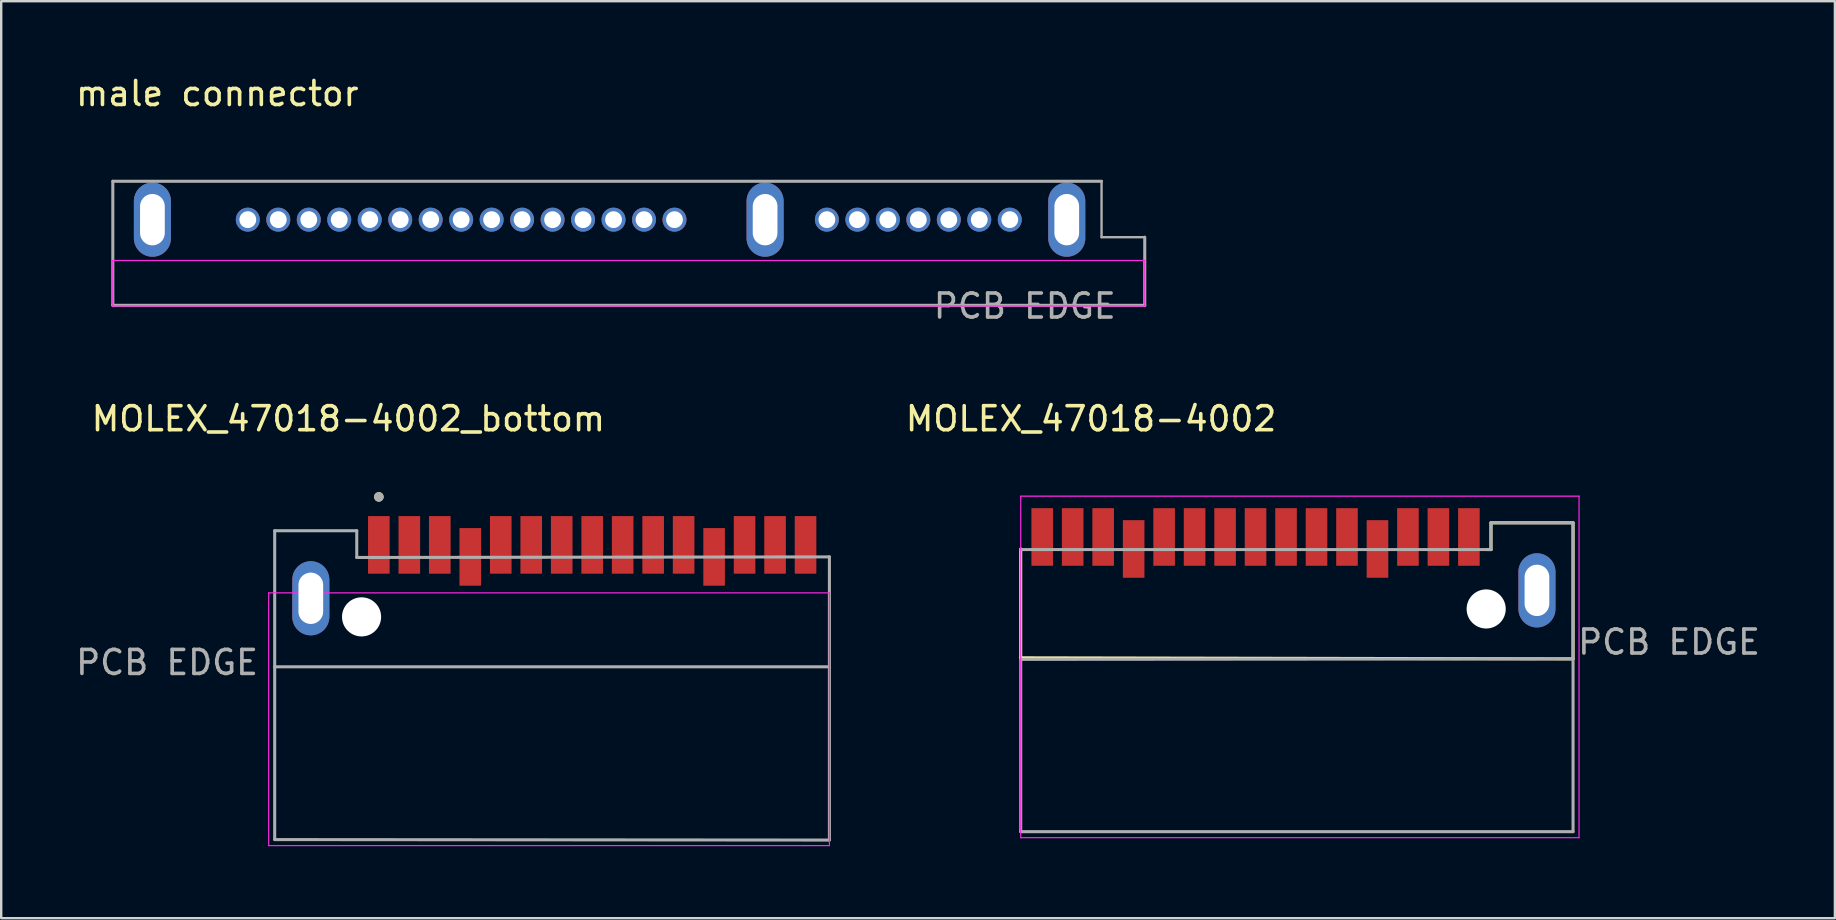
<source format=kicad_pcb>
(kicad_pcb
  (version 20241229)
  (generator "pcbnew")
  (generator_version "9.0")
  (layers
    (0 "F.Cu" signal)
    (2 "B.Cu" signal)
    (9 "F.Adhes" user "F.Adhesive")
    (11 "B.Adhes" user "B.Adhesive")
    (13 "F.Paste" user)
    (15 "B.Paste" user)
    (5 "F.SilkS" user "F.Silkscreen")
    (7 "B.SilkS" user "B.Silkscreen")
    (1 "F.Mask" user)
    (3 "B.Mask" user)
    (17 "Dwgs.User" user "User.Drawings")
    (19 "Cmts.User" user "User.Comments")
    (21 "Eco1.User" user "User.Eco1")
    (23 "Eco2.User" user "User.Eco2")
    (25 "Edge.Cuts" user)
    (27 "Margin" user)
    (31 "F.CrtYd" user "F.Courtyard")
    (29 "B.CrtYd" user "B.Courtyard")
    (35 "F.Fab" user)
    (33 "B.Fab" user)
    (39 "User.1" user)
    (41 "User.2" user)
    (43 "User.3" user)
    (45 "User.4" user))
  (footprint "MOLEX_47018-4002_bottom"
    (layer "F.Cu")
    (at 20.111 23.055)
    (property "Reference" "MOLEX_47018-4002_bottom" (at -8.645 -8.655 0) (layer "F.SilkS") (effects (font (size 1 1) (thickness 0.15))))
    (attr smd)
    (fp_circle (center -7.375 -5.4) (end -7.275 -5.4) (stroke (width 0.2) (type solid)) (fill no) (layer "F.SilkS"))
    (fp_line (start -11.965 -1.4) (end 11.4 -1.4) (stroke (width 0.05) (type solid)) (layer "F.CrtYd"))
    (fp_line (start -11.965 9.13) (end -11.965 -1.4) (stroke (width 0.05) (type solid)) (layer "F.CrtYd"))
    (fp_line (start 11.4 -1.4) (end 11.4 9.13) (stroke (width 0.05) (type solid)) (layer "F.CrtYd"))
    (fp_line (start 11.4 9.13) (end -11.965 9.13) (stroke (width 0.05) (type solid)) (layer "F.CrtYd"))
    (fp_line (start -11.715 -3.99) (end -8.295 -3.99) (stroke (width 0.127) (type solid)) (layer "F.Fab"))
    (fp_line (start -11.715 1.68) (end -11.715 -3.99) (stroke (width 0.127) (type solid)) (layer "F.Fab"))
    (fp_line (start -11.715 1.68) (end 11.4 1.68) (stroke (width 0.127) (type solid)) (layer "F.Fab"))
    (fp_line (start -11.715 8.88) (end -11.715 1.68) (stroke (width 0.127) (type solid)) (layer "F.Fab"))
    (fp_line (start -8.295 -3.99) (end -8.295 -2.875) (stroke (width 0.127) (type solid)) (layer "F.Fab"))
    (fp_line (start -8.295 -2.875) (end 11.4 -2.9) (stroke (width 0.127) (type solid)) (layer "F.Fab"))
    (fp_line (start 11.4 -2.9) (end 11.4 8.9) (stroke (width 0.127) (type solid)) (layer "F.Fab"))
    (fp_line (start 11.4 8.9) (end -11.715 8.88) (stroke (width 0.127) (type solid)) (layer "F.Fab"))
    (fp_circle (center -7.375 -5.4) (end -7.275 -5.4) (stroke (width 0.2) (type solid)) (fill no) (layer "F.Fab"))
    (fp_text user "PCB EDGE" (at -16.2 1.5 0) (layer "F.Fab") (effects (font (size 1 1) (thickness 0.15))))
    (pad "" np_thru_hole circle (at -8.095 -0.4) (size 1.63 1.63) (drill 1.63) (layers "*.Cu" "*.Mask"))
    (pad "P1" smd rect (at 10.405 -3.4) (size 0.9 2.4) (layers "F.Cu" "F.Mask" "F.Paste"))
    (pad "P2" smd rect (at 9.135 -3.4) (size 0.9 2.4) (layers "F.Cu" "F.Mask" "F.Paste"))
    (pad "P3" smd rect (at 7.865 -3.4) (size 0.9 2.4) (layers "F.Cu" "F.Mask" "F.Paste"))
    (pad "P4" smd rect (at 6.595 -2.9) (size 0.9 2.4) (layers "F.Cu" "F.Mask" "F.Paste"))
    (pad "P5" smd rect (at 5.325 -3.4) (size 0.9 2.4) (layers "F.Cu" "F.Mask" "F.Paste"))
    (pad "P6" smd rect (at 4.055 -3.4) (size 0.9 2.4) (layers "F.Cu" "F.Mask" "F.Paste"))
    (pad "P7" smd rect (at 2.785 -3.4) (size 0.9 2.4) (layers "F.Cu" "F.Mask" "F.Paste"))
    (pad "P8" smd rect (at 1.515 -3.4) (size 0.9 2.4) (layers "F.Cu" "F.Mask" "F.Paste"))
    (pad "P9" smd rect (at 0.245 -3.4) (size 0.9 2.4) (layers "F.Cu" "F.Mask" "F.Paste"))
    (pad "P10" smd rect (at -1.025 -3.4) (size 0.9 2.4) (layers "F.Cu" "F.Mask" "F.Paste"))
    (pad "P11" smd rect (at -2.295 -3.4) (size 0.9 2.4) (layers "F.Cu" "F.Mask" "F.Paste"))
    (pad "P12" smd rect (at -3.565 -2.9) (size 0.9 2.4) (layers "F.Cu" "F.Mask" "F.Paste"))
    (pad "P13" smd rect (at -4.835 -3.4) (size 0.9 2.4) (layers "F.Cu" "F.Mask" "F.Paste"))
    (pad "P14" smd rect (at -6.105 -3.4) (size 0.9 2.4) (layers "F.Cu" "F.Mask" "F.Paste"))
    (pad "P15" smd rect (at -7.375 -3.4) (size 0.9 2.4) (layers "F.Cu" "F.Mask" "F.Paste"))
    (pad "SH" thru_hole oval (at -10.21 -1.175) (size 1.545 3.09) (drill oval 1.03 2.14) (layers "*.Cu" "*.Mask")))
  (footprint "male connector"
    (layer "F.Cu")
    (at 23.151 6.103)
    (property "Reference" "male connector" (at -17.145 -5.255 0) (layer "F.SilkS") (effects (font (size 1 1) (thickness 0.15))))
    (attr through_hole)
    (fp_line (start -21.5 1.7) (end 21.5 1.7) (stroke (width 0.05) (type solid)) (layer "F.CrtYd"))
    (fp_line (start -21.5 3.6) (end -21.5 1.7) (stroke (width 0.05) (type solid)) (layer "F.CrtYd"))
    (fp_line (start 21.5 1.7) (end 21.5 3.6) (stroke (width 0.05) (type solid)) (layer "F.CrtYd"))
    (fp_line (start 21.5 3.6) (end -21.5 3.6) (stroke (width 0.05) (type solid)) (layer "F.CrtYd"))
    (fp_line (start -21.5 3.57) (end -21.5 -1.6) (stroke (width 0.127) (type solid)) (layer "F.Fab"))
    (fp_line (start 19.7 -1.6) (end -21.5 -1.6) (stroke (width 0.127) (type solid)) (layer "F.Fab"))
    (fp_line (start 19.7 0.73) (end 19.7 -1.6) (stroke (width 0.1) (type default)) (layer "F.Fab"))
    (fp_line (start 21.5 0.73) (end 19.7 0.73) (stroke (width 0.1) (type default)) (layer "F.Fab"))
    (fp_line (start 21.5 3.57) (end -21.5 3.57) (stroke (width 0.127) (type solid)) (layer "F.Fab"))
    (fp_line (start 21.5 3.57) (end 21.5 0.73) (stroke (width 0.127) (type solid)) (layer "F.Fab"))
    (fp_text user "PCB EDGE" (at 16.5 3.6 0) (layer "F.Fab") (effects (font (size 1 1) (thickness 0.15))))
    (pad "P1" thru_hole circle (at 1.905 0) (size 1 1) (drill 0.7) (layers "*.Cu" "*.Mask"))
    (pad "P2" thru_hole circle (at 0.635 0) (size 1 1) (drill 0.7) (layers "*.Cu" "*.Mask"))
    (pad "P3" thru_hole circle (at -0.635 0) (size 1 1) (drill 0.7) (layers "*.Cu" "*.Mask"))
    (pad "P4" thru_hole circle (at -1.905 0) (size 1 1) (drill 0.7) (layers "*.Cu" "*.Mask"))
    (pad "P5" thru_hole circle (at -3.175 0) (size 1 1) (drill 0.7) (layers "*.Cu" "*.Mask"))
    (pad "P6" thru_hole circle (at -4.445 0) (size 1 1) (drill 0.7) (layers "*.Cu" "*.Mask"))
    (pad "P7" thru_hole circle (at -5.715 0) (size 1 1) (drill 0.7) (layers "*.Cu" "*.Mask"))
    (pad "P8" thru_hole circle (at -6.985 0) (size 1 1) (drill 0.7) (layers "*.Cu" "*.Mask"))
    (pad "P9" thru_hole circle (at -8.255 0) (size 1 1) (drill 0.7) (layers "*.Cu" "*.Mask"))
    (pad "P10" thru_hole circle (at -9.525 0) (size 1 1) (drill 0.7) (layers "*.Cu" "*.Mask"))
    (pad "P11" thru_hole circle (at -10.795 0) (size 1 1) (drill 0.7) (layers "*.Cu" "*.Mask"))
    (pad "P12" thru_hole circle (at -12.065 0) (size 1 1) (drill 0.7) (layers "*.Cu" "*.Mask"))
    (pad "P13" thru_hole circle (at -13.335 0) (size 1 1) (drill 0.7) (layers "*.Cu" "*.Mask"))
    (pad "P14" thru_hole circle (at -14.605 0) (size 1 1) (drill 0.7) (layers "*.Cu" "*.Mask"))
    (pad "P15" thru_hole circle (at -15.875 0) (size 1 1) (drill 0.7) (layers "*.Cu" "*.Mask"))
    (pad "S1" thru_hole circle (at 15.875 0) (size 1 1) (drill 0.7) (layers "*.Cu" "*.Mask"))
    (pad "S2" thru_hole circle (at 14.605 0) (size 1 1) (drill 0.7) (layers "*.Cu" "*.Mask"))
    (pad "S3" thru_hole circle (at 13.335 0) (size 1 1) (drill 0.7) (layers "*.Cu" "*.Mask"))
    (pad "S4" thru_hole circle (at 12.065 0) (size 1 1) (drill 0.7) (layers "*.Cu" "*.Mask"))
    (pad "S5" thru_hole circle (at 10.795 0) (size 1 1) (drill 0.7) (layers "*.Cu" "*.Mask"))
    (pad "S6" thru_hole circle (at 9.525 0) (size 1 1) (drill 0.7) (layers "*.Cu" "*.Mask"))
    (pad "S7" thru_hole circle (at 8.255 0) (size 1 1) (drill 0.7) (layers "*.Cu" "*.Mask"))
    (pad "SH" thru_hole oval (at -19.85 0) (size 1.545 3.09) (drill oval 1.03 2.14) (layers "*.Cu" "*.Mask"))
    (pad "SH" thru_hole oval (at 5.68 0) (size 1.545 3.09) (drill oval 1.03 2.14) (layers "*.Cu" "*.Mask"))
    (pad "SH" thru_hole oval (at 18.25 0) (size 1.545 3.09) (drill oval 1.03 2.14) (layers "*.Cu" "*.Mask")))
  (footprint "MOLEX_47018-4002"
    (layer "F.Cu")
    (at 51.398 22.305)
    (property "Reference" "MOLEX_47018-4002" (at -8.985 -7.905 0) (layer "F.SilkS") (effects (font (size 1 1) (thickness 0.15))))
    (attr smd)
    (fp_line (start -11.915 2.055) (end -11.915 -2.48) (stroke (width 0.127) (type solid)) (layer "F.SilkS"))
    (fp_line (start -11.915 2.055) (end 11.1 2.1) (stroke (width 0.127) (type solid)) (layer "F.SilkS"))
    (fp_line (start 7.524 -2.455) (end 7.68 -2.455) (stroke (width 0.127) (type solid)) (layer "F.SilkS"))
    (fp_line (start 7.68 -2.455) (end 7.68 -3.57) (stroke (width 0.127) (type solid)) (layer "F.SilkS"))
    (fp_line (start 11.1 -3.57) (end 7.68 -3.57) (stroke (width 0.127) (type solid)) (layer "F.SilkS"))
    (fp_line (start 11.1 -3.57) (end 11.1 2.1) (stroke (width 0.127) (type solid)) (layer "F.SilkS"))
    (fp_line (start -11.915 -4.68) (end 11.35 -4.68) (stroke (width 0.05) (type solid)) (layer "F.CrtYd"))
    (fp_line (start -11.915 9.55) (end -11.915 -4.68) (stroke (width 0.05) (type solid)) (layer "F.CrtYd"))
    (fp_line (start 11.35 -4.68) (end 11.35 9.55) (stroke (width 0.05) (type solid)) (layer "F.CrtYd"))
    (fp_line (start 11.35 9.55) (end -11.915 9.55) (stroke (width 0.05) (type solid)) (layer "F.CrtYd"))
    (fp_line (start -11.915 -2.455) (end 7.68 -2.455) (stroke (width 0.127) (type solid)) (layer "F.Fab"))
    (fp_line (start -11.915 2.12) (end 11.1 2.1) (stroke (width 0.127) (type solid)) (layer "F.Fab"))
    (fp_line (start -11.915 9.3) (end -11.915 2.1) (stroke (width 0.127) (type solid)) (layer "F.Fab"))
    (fp_line (start 7.68 -2.455) (end 7.68 -3.57) (stroke (width 0.127) (type solid)) (layer "F.Fab"))
    (fp_line (start 11.1 -3.57) (end 7.68 -3.57) (stroke (width 0.127) (type solid)) (layer "F.Fab"))
    (fp_line (start 11.1 -3.57) (end 11.1 9.3) (stroke (width 0.127) (type solid)) (layer "F.Fab"))
    (fp_line (start 11.1 9.3) (end -11.915 9.3) (stroke (width 0.127) (type solid)) (layer "F.Fab"))
    (fp_text user "PCB EDGE" (at 15.1 1.4 0) (layer "F.Fab") (effects (font (size 1 1) (thickness 0.15))))
    (pad "" np_thru_hole circle (at 7.48 0.02) (size 1.63 1.63) (drill 1.63) (layers "*.Cu" "*.Mask"))
    (pad "P1" smd rect (at -11.02 -2.98) (size 0.9 2.4) (layers "F.Cu" "F.Mask" "F.Paste"))
    (pad "P2" smd rect (at -9.75 -2.98) (size 0.9 2.4) (layers "F.Cu" "F.Mask" "F.Paste"))
    (pad "P3" smd rect (at -8.48 -2.98) (size 0.9 2.4) (layers "F.Cu" "F.Mask" "F.Paste"))
    (pad "P4" smd rect (at -7.21 -2.48) (size 0.9 2.4) (layers "F.Cu" "F.Mask" "F.Paste"))
    (pad "P5" smd rect (at -5.94 -2.98) (size 0.9 2.4) (layers "F.Cu" "F.Mask" "F.Paste"))
    (pad "P6" smd rect (at -4.67 -2.98) (size 0.9 2.4) (layers "F.Cu" "F.Mask" "F.Paste"))
    (pad "P7" smd rect (at -3.4 -2.98) (size 0.9 2.4) (layers "F.Cu" "F.Mask" "F.Paste"))
    (pad "P8" smd rect (at -2.13 -2.98) (size 0.9 2.4) (layers "F.Cu" "F.Mask" "F.Paste"))
    (pad "P9" smd rect (at -0.86 -2.98) (size 0.9 2.4) (layers "F.Cu" "F.Mask" "F.Paste"))
    (pad "P10" smd rect (at 0.41 -2.98) (size 0.9 2.4) (layers "F.Cu" "F.Mask" "F.Paste"))
    (pad "P11" smd rect (at 1.68 -2.98) (size 0.9 2.4) (layers "F.Cu" "F.Mask" "F.Paste"))
    (pad "P12" smd rect (at 2.95 -2.48) (size 0.9 2.4) (layers "F.Cu" "F.Mask" "F.Paste"))
    (pad "P13" smd rect (at 4.22 -2.98) (size 0.9 2.4) (layers "F.Cu" "F.Mask" "F.Paste"))
    (pad "P14" smd rect (at 5.49 -2.98) (size 0.9 2.4) (layers "F.Cu" "F.Mask" "F.Paste"))
    (pad "P15" smd rect (at 6.76 -2.98) (size 0.9 2.4) (layers "F.Cu" "F.Mask" "F.Paste"))
    (pad "SH" thru_hole oval (at 9.595 -0.755) (size 1.545 3.09) (drill oval 1.03 2.14) (layers "*.Cu" "*.Mask")))
  (gr_rect
    (start -3 -3)
    (end 73.409 35.21)
    (stroke (width 0.1) (type default))
    (fill no)
    (layer "Edge.Cuts")))
</source>
